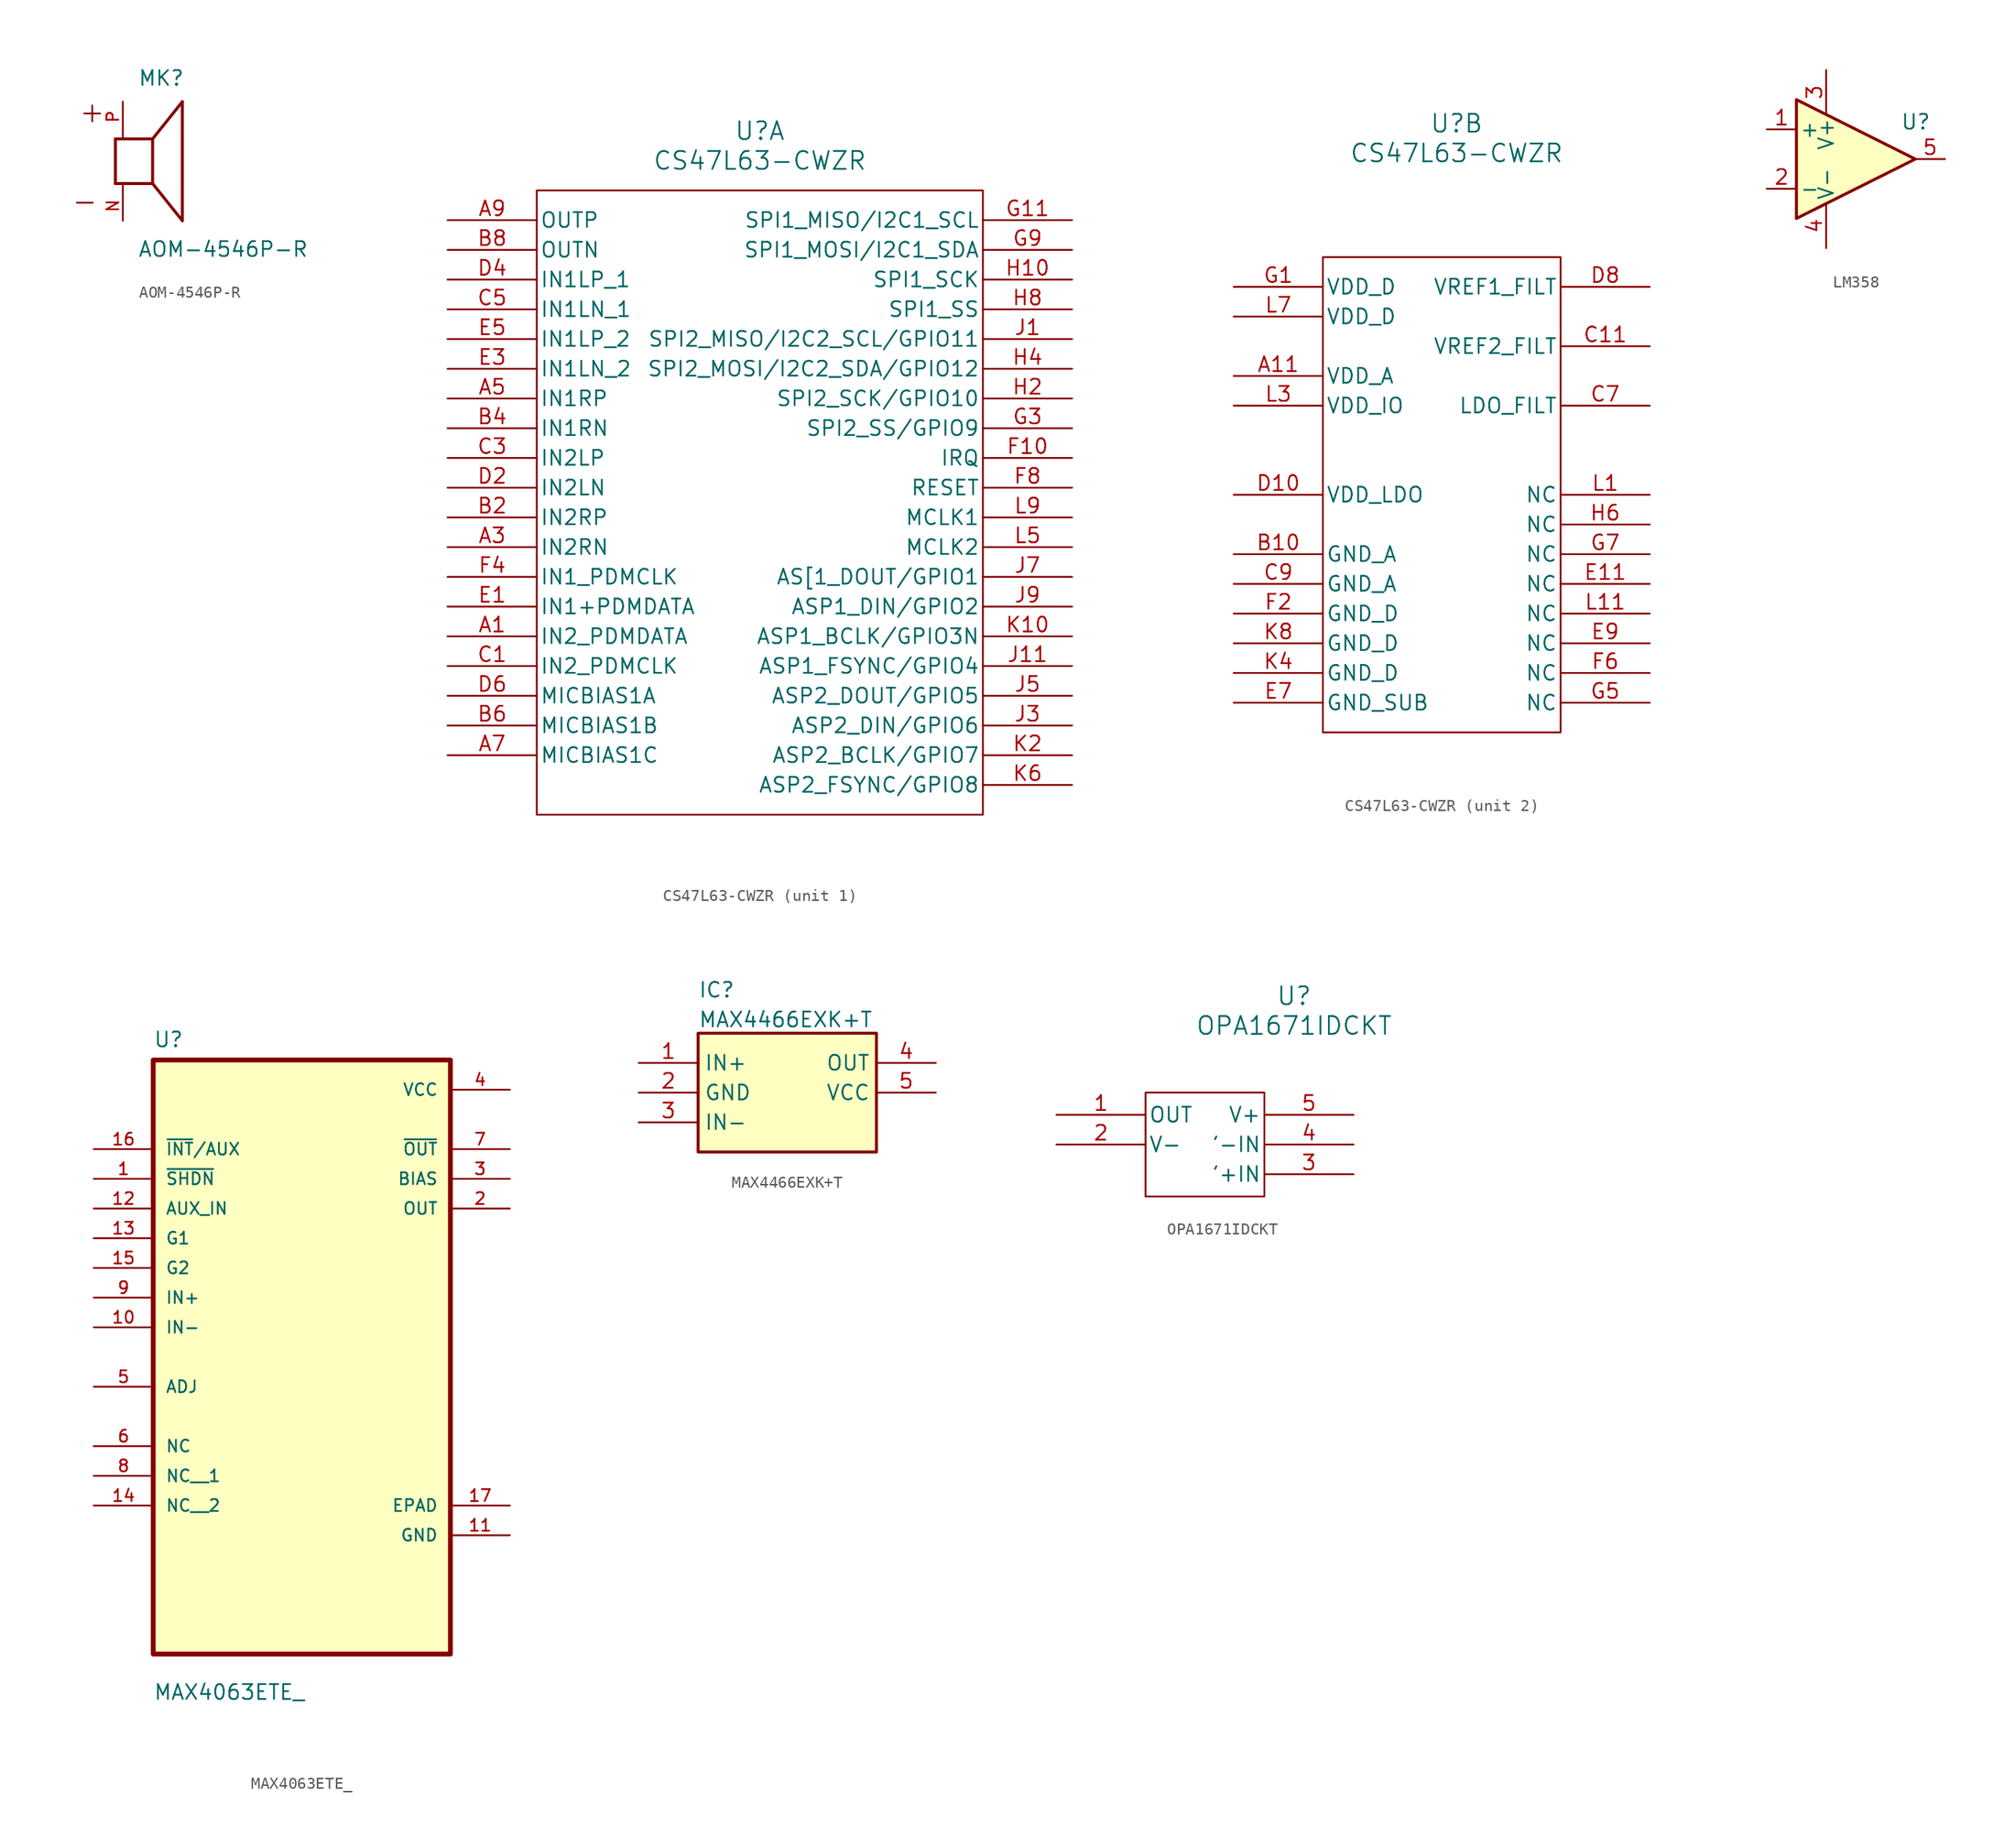
<source format=kicad_sym>
(kicad_symbol_lib
  (version 20231120)
  (generator "kicad_symbol_editor")
  (generator_version "8.0")
  (symbol "AOM-4546P-R"
    (pin_names
      (offset 1.016))
    (property "Reference" "MK"
      (at -1.27 6.35 0)
      (effects (font (size 1.27 1.27)) (justify left bottom)))
    (property "Value" "AOM-4546P-R"
      (at -1.27 -8.255 0)
      (effects (font (size 1.27 1.27)) (justify left bottom)))
    (symbol "AOM-4546P-R_0_0"
      (polyline (pts (xy -3.175 -1.905) (xy -2.54 -1.905)) (stroke (width 0.254) (type default)) (fill (type none)))
      (polyline (pts (xy -3.175 1.905) (xy -3.175 -1.905)) (stroke (width 0.254) (type default)) (fill (type none)))
      (polyline (pts (xy -3.175 1.905) (xy -2.54 1.905)) (stroke (width 0.254) (type default)) (fill (type none)))
      (polyline (pts (xy -2.54 -2.54) (xy -2.54 -1.905)) (stroke (width 0.152) (type default)) (fill (type none)))
      (polyline (pts (xy -2.54 -1.905) (xy 0 -1.905)) (stroke (width 0.254) (type default)) (fill (type none)))
      (polyline (pts (xy -2.54 1.905) (xy 0 1.905)) (stroke (width 0.254) (type default)) (fill (type none)))
      (polyline (pts (xy -2.54 2.54) (xy -2.54 1.905)) (stroke (width 0.152) (type default)) (fill (type none)))
      (polyline (pts (xy 0 -1.905) (xy 0 1.905)) (stroke (width 0.254) (type default)) (fill (type none)))
      (polyline (pts (xy 0 -1.905) (xy 2.54 -5.08)) (stroke (width 0.254) (type default)) (fill (type none)))
      (polyline (pts (xy 0 1.905) (xy 2.54 5.08)) (stroke (width 0.254) (type default)) (fill (type none)))
      (polyline (pts (xy 2.54 -5.08) (xy 2.54 5.08)) (stroke (width 0.254) (type default)) (fill (type none)))
      (text "+" (at -6.35 3.175 0) (effects (font (size 1.778 1.778)) (justify left bottom)))
      (text "-" (at -6.985 -4.445 0) (effects (font (size 1.778 1.778)) (justify left bottom)))
      (pin passive line (at -2.54 -5.08 90) (length 2.54) (name "~" (effects (font (size 1.016 1.016)))) (number "N" (effects (font (size 1.016 1.016)))))
      (pin passive line (at -2.54 5.08 270) (length 2.54) (name "~" (effects (font (size 1.016 1.016)))) (number "P" (effects (font (size 1.016 1.016)))))))
  (symbol "CS47L63-CWZR"
    (pin_names
      (offset 0.254))
    (property "Reference" "U"
      (at 0 30.48 0)
      (effects (font (size 1.524 1.524))))
    (property "Value" "CS47L63-CWZR"
      (at 0 27.94 0)
      (effects (font (size 1.524 1.524))))
    (property "ki_locked" ""
      (at 0 0 0)
      (effects (font (size 1.27 1.27))))
    (symbol "CS47L63-CWZR_1_1"
      (rectangle (start -19.05 25.4) (end 19.05 -27.94) (stroke (width 0) (type default)) (fill (type none)))
      (pin unspecified line (at -26.67 -12.7 0) (length 7.62) (name "IN2_PDMDATA" (effects (font (size 1.27 1.27)))) (number "A1" (effects (font (size 1.27 1.27)))))
      (pin unspecified line (at -26.67 -5.08 0) (length 7.62) (name "IN2RN" (effects (font (size 1.27 1.27)))) (number "A3" (effects (font (size 1.27 1.27)))))
      (pin unspecified line (at -26.67 7.62 0) (length 7.62) (name "IN1RP" (effects (font (size 1.27 1.27)))) (number "A5" (effects (font (size 1.27 1.27)))))
      (pin unspecified line (at -26.67 -22.86 0) (length 7.62) (name "MICBIAS1C" (effects (font (size 1.27 1.27)))) (number "A7" (effects (font (size 1.27 1.27)))))
      (pin unspecified line (at -26.67 22.86 0) (length 7.62) (name "OUTP" (effects (font (size 1.27 1.27)))) (number "A9" (effects (font (size 1.27 1.27)))))
      (pin unspecified line (at -26.67 -2.54 0) (length 7.62) (name "IN2RP" (effects (font (size 1.27 1.27)))) (number "B2" (effects (font (size 1.27 1.27)))))
      (pin unspecified line (at -26.67 5.08 0) (length 7.62) (name "IN1RN" (effects (font (size 1.27 1.27)))) (number "B4" (effects (font (size 1.27 1.27)))))
      (pin unspecified line (at -26.67 -20.32 0) (length 7.62) (name "MICBIAS1B" (effects (font (size 1.27 1.27)))) (number "B6" (effects (font (size 1.27 1.27)))))
      (pin unspecified line (at -26.67 20.32 0) (length 7.62) (name "OUTN" (effects (font (size 1.27 1.27)))) (number "B8" (effects (font (size 1.27 1.27)))))
      (pin unspecified line (at -26.67 -15.24 0) (length 7.62) (name "IN2_PDMCLK" (effects (font (size 1.27 1.27)))) (number "C1" (effects (font (size 1.27 1.27)))))
      (pin unspecified line (at -26.67 2.54 0) (length 7.62) (name "IN2LP" (effects (font (size 1.27 1.27)))) (number "C3" (effects (font (size 1.27 1.27)))))
      (pin unspecified line (at -26.67 15.24 0) (length 7.62) (name "IN1LN_1" (effects (font (size 1.27 1.27)))) (number "C5" (effects (font (size 1.27 1.27)))))
      (pin unspecified line (at -26.67 0 0) (length 7.62) (name "IN2LN" (effects (font (size 1.27 1.27)))) (number "D2" (effects (font (size 1.27 1.27)))))
      (pin unspecified line (at -26.67 17.78 0) (length 7.62) (name "IN1LP_1" (effects (font (size 1.27 1.27)))) (number "D4" (effects (font (size 1.27 1.27)))))
      (pin unspecified line (at -26.67 -17.78 0) (length 7.62) (name "MICBIAS1A" (effects (font (size 1.27 1.27)))) (number "D6" (effects (font (size 1.27 1.27)))))
      (pin unspecified line (at -26.67 -10.16 0) (length 7.62) (name "IN1+PDMDATA" (effects (font (size 1.27 1.27)))) (number "E1" (effects (font (size 1.27 1.27)))))
      (pin unspecified line (at -26.67 10.16 0) (length 7.62) (name "IN1LN_2" (effects (font (size 1.27 1.27)))) (number "E3" (effects (font (size 1.27 1.27)))))
      (pin unspecified line (at -26.67 12.7 0) (length 7.62) (name "IN1LP_2" (effects (font (size 1.27 1.27)))) (number "E5" (effects (font (size 1.27 1.27)))))
      (pin unspecified line (at 26.67 2.54 180) (length 7.62) (name "IRQ" (effects (font (size 1.27 1.27)))) (number "F10" (effects (font (size 1.27 1.27)))))
      (pin unspecified line (at -26.67 -7.62 0) (length 7.62) (name "IN1_PDMCLK" (effects (font (size 1.27 1.27)))) (number "F4" (effects (font (size 1.27 1.27)))))
      (pin unspecified line (at 26.67 0 180) (length 7.62) (name "RESET" (effects (font (size 1.27 1.27)))) (number "F8" (effects (font (size 1.27 1.27)))))
      (pin unspecified line (at 26.67 22.86 180) (length 7.62) (name "SPI1_MISO/I2C1_SCL" (effects (font (size 1.27 1.27)))) (number "G11" (effects (font (size 1.27 1.27)))))
      (pin unspecified line (at 26.67 5.08 180) (length 7.62) (name "SPI2_SS/GPIO9" (effects (font (size 1.27 1.27)))) (number "G3" (effects (font (size 1.27 1.27)))))
      (pin unspecified line (at 26.67 20.32 180) (length 7.62) (name "SPI1_MOSI/I2C1_SDA" (effects (font (size 1.27 1.27)))) (number "G9" (effects (font (size 1.27 1.27)))))
      (pin unspecified line (at 26.67 17.78 180) (length 7.62) (name "SPI1_SCK" (effects (font (size 1.27 1.27)))) (number "H10" (effects (font (size 1.27 1.27)))))
      (pin unspecified line (at 26.67 7.62 180) (length 7.62) (name "SPI2_SCK/GPIO10" (effects (font (size 1.27 1.27)))) (number "H2" (effects (font (size 1.27 1.27)))))
      (pin unspecified line (at 26.67 10.16 180) (length 7.62) (name "SPI2_MOSI/I2C2_SDA/GPIO12" (effects (font (size 1.27 1.27)))) (number "H4" (effects (font (size 1.27 1.27)))))
      (pin unspecified line (at 26.67 15.24 180) (length 7.62) (name "SPI1_SS" (effects (font (size 1.27 1.27)))) (number "H8" (effects (font (size 1.27 1.27)))))
      (pin unspecified line (at 26.67 12.7 180) (length 7.62) (name "SPI2_MISO/I2C2_SCL/GPIO11" (effects (font (size 1.27 1.27)))) (number "J1" (effects (font (size 1.27 1.27)))))
      (pin unspecified line (at 26.67 -15.24 180) (length 7.62) (name "ASP1_FSYNC/GPIO4" (effects (font (size 1.27 1.27)))) (number "J11" (effects (font (size 1.27 1.27)))))
      (pin unspecified line (at 26.67 -20.32 180) (length 7.62) (name "ASP2_DIN/GPIO6" (effects (font (size 1.27 1.27)))) (number "J3" (effects (font (size 1.27 1.27)))))
      (pin unspecified line (at 26.67 -17.78 180) (length 7.62) (name "ASP2_DOUT/GPIO5" (effects (font (size 1.27 1.27)))) (number "J5" (effects (font (size 1.27 1.27)))))
      (pin unspecified line (at 26.67 -7.62 180) (length 7.62) (name "AS[1_DOUT/GPIO1" (effects (font (size 1.27 1.27)))) (number "J7" (effects (font (size 1.27 1.27)))))
      (pin unspecified line (at 26.67 -10.16 180) (length 7.62) (name "ASP1_DIN/GPIO2" (effects (font (size 1.27 1.27)))) (number "J9" (effects (font (size 1.27 1.27)))))
      (pin unspecified line (at 26.67 -12.7 180) (length 7.62) (name "ASP1_BCLK/GPIO3N" (effects (font (size 1.27 1.27)))) (number "K10" (effects (font (size 1.27 1.27)))))
      (pin unspecified line (at 26.67 -22.86 180) (length 7.62) (name "ASP2_BCLK/GPIO7" (effects (font (size 1.27 1.27)))) (number "K2" (effects (font (size 1.27 1.27)))))
      (pin unspecified line (at 26.67 -25.4 180) (length 7.62) (name "ASP2_FSYNC/GPIO8" (effects (font (size 1.27 1.27)))) (number "K6" (effects (font (size 1.27 1.27)))))
      (pin unspecified line (at 26.67 -5.08 180) (length 7.62) (name "MCLK2" (effects (font (size 1.27 1.27)))) (number "L5" (effects (font (size 1.27 1.27)))))
      (pin unspecified line (at 26.67 -2.54 180) (length 7.62) (name "MCLK1" (effects (font (size 1.27 1.27)))) (number "L9" (effects (font (size 1.27 1.27))))))
    (symbol "CS47L63-CWZR_2_1"
      (rectangle (start -11.43 19.05) (end 8.89 -21.59) (stroke (width 0) (type default)) (fill (type none)))
      (pin unspecified line (at -19.05 8.89 0) (length 7.62) (name "VDD_A" (effects (font (size 1.27 1.27)))) (number "A11" (effects (font (size 1.27 1.27)))))
      (pin unspecified line (at -19.05 -6.35 0) (length 7.62) (name "GND_A" (effects (font (size 1.27 1.27)))) (number "B10" (effects (font (size 1.27 1.27)))))
      (pin unspecified line (at 16.51 11.43 180) (length 7.62) (name "VREF2_FILT" (effects (font (size 1.27 1.27)))) (number "C11" (effects (font (size 1.27 1.27)))))
      (pin unspecified line (at 16.51 6.35 180) (length 7.62) (name "LDO_FILT" (effects (font (size 1.27 1.27)))) (number "C7" (effects (font (size 1.27 1.27)))))
      (pin unspecified line (at -19.05 -8.89 0) (length 7.62) (name "GND_A" (effects (font (size 1.27 1.27)))) (number "C9" (effects (font (size 1.27 1.27)))))
      (pin unspecified line (at -19.05 -1.27 0) (length 7.62) (name "VDD_LDO" (effects (font (size 1.27 1.27)))) (number "D10" (effects (font (size 1.27 1.27)))))
      (pin unspecified line (at 16.51 16.51 180) (length 7.62) (name "VREF1_FILT" (effects (font (size 1.27 1.27)))) (number "D8" (effects (font (size 1.27 1.27)))))
      (pin unspecified line (at 16.51 -8.89 180) (length 7.62) (name "NC" (effects (font (size 1.27 1.27)))) (number "E11" (effects (font (size 1.27 1.27)))))
      (pin unspecified line (at -19.05 -19.05 0) (length 7.62) (name "GND_SUB" (effects (font (size 1.27 1.27)))) (number "E7" (effects (font (size 1.27 1.27)))))
      (pin unspecified line (at 16.51 -13.97 180) (length 7.62) (name "NC" (effects (font (size 1.27 1.27)))) (number "E9" (effects (font (size 1.27 1.27)))))
      (pin unspecified line (at -19.05 -11.43 0) (length 7.62) (name "GND_D" (effects (font (size 1.27 1.27)))) (number "F2" (effects (font (size 1.27 1.27)))))
      (pin unspecified line (at 16.51 -16.51 180) (length 7.62) (name "NC" (effects (font (size 1.27 1.27)))) (number "F6" (effects (font (size 1.27 1.27)))))
      (pin unspecified line (at -19.05 16.51 0) (length 7.62) (name "VDD_D" (effects (font (size 1.27 1.27)))) (number "G1" (effects (font (size 1.27 1.27)))))
      (pin unspecified line (at 16.51 -19.05 180) (length 7.62) (name "NC" (effects (font (size 1.27 1.27)))) (number "G5" (effects (font (size 1.27 1.27)))))
      (pin unspecified line (at 16.51 -6.35 180) (length 7.62) (name "NC" (effects (font (size 1.27 1.27)))) (number "G7" (effects (font (size 1.27 1.27)))))
      (pin unspecified line (at 16.51 -3.81 180) (length 7.62) (name "NC" (effects (font (size 1.27 1.27)))) (number "H6" (effects (font (size 1.27 1.27)))))
      (pin unspecified line (at -19.05 -16.51 0) (length 7.62) (name "GND_D" (effects (font (size 1.27 1.27)))) (number "K4" (effects (font (size 1.27 1.27)))))
      (pin unspecified line (at -19.05 -13.97 0) (length 7.62) (name "GND_D" (effects (font (size 1.27 1.27)))) (number "K8" (effects (font (size 1.27 1.27)))))
      (pin unspecified line (at 16.51 -1.27 180) (length 7.62) (name "NC" (effects (font (size 1.27 1.27)))) (number "L1" (effects (font (size 1.27 1.27)))))
      (pin unspecified line (at 16.51 -11.43 180) (length 7.62) (name "NC" (effects (font (size 1.27 1.27)))) (number "L11" (effects (font (size 1.27 1.27)))))
      (pin unspecified line (at -19.05 6.35 0) (length 7.62) (name "VDD_IO" (effects (font (size 1.27 1.27)))) (number "L3" (effects (font (size 1.27 1.27)))))
      (pin unspecified line (at -19.05 13.97 0) (length 7.62) (name "VDD_D" (effects (font (size 1.27 1.27)))) (number "L7" (effects (font (size 1.27 1.27)))))))
  (symbol "LM358"
    (pin_names
      (offset 0.254))
    (property "Reference" "U"
      (at 3.81 3.175 0)
      (effects (font (size 1.27 1.27)) (justify left)))
    (property "Value" "${SIM.PARAMS}"
      (at 3.81 -3.175 0)
      (effects (font (size 1.27 1.27)) (justify left)))
    (symbol "LM358_0_1"
      (polyline (pts (xy 5.08 0) (xy -5.08 5.08) (xy -5.08 -5.08) (xy 5.08 0)) (stroke (width 0.254) (type default)) (fill (type background))))
    (symbol "LM358_1_1"
      (pin input line (at -7.62 2.54 0) (length 2.54) (name "+" (effects (font (size 1.27 1.27)))) (number "1" (effects (font (size 1.27 1.27)))))
      (pin input line (at -7.62 -2.54 0) (length 2.54) (name "-" (effects (font (size 1.27 1.27)))) (number "2" (effects (font (size 1.27 1.27)))))
      (pin power_in line (at -2.54 7.62 270) (length 3.81) (name "V+" (effects (font (size 1.27 1.27)))) (number "3" (effects (font (size 1.27 1.27)))))
      (pin power_in line (at -2.54 -7.62 90) (length 3.81) (name "V-" (effects (font (size 1.27 1.27)))) (number "4" (effects (font (size 1.27 1.27)))))
      (pin output line (at 7.62 0 180) (length 2.54) (name "~" (effects (font (size 1.27 1.27)))) (number "5" (effects (font (size 1.27 1.27)))))))
  (symbol "MAX4063ETE_"
    (pin_names
      (offset 1.016))
    (property "Reference" "U"
      (at -12.7 23.86 0)
      (effects (font (size 1.27 1.27)) (justify left bottom)))
    (property "Value" "MAX4063ETE_"
      (at -12.7 -31.94 0)
      (effects (font (size 1.27 1.27)) (justify left bottom)))
    (symbol "MAX4063ETE__0_0"
      (rectangle (start -12.7 -27.94) (end 12.7 22.86) (stroke (width 0.41) (type default)) (fill (type background)))
      (pin input line (at -17.78 12.7 0) (length 5.08) (name "~{SHDN}" (effects (font (size 1.016 1.016)))) (number "1" (effects (font (size 1.016 1.016)))))
      (pin input line (at -17.78 0 0) (length 5.08) (name "IN-" (effects (font (size 1.016 1.016)))) (number "10" (effects (font (size 1.016 1.016)))))
      (pin power_in line (at 17.78 -17.78 180) (length 5.08) (name "GND" (effects (font (size 1.016 1.016)))) (number "11" (effects (font (size 1.016 1.016)))))
      (pin input line (at -17.78 10.16 0) (length 5.08) (name "AUX_IN" (effects (font (size 1.016 1.016)))) (number "12" (effects (font (size 1.016 1.016)))))
      (pin input line (at -17.78 7.62 0) (length 5.08) (name "G1" (effects (font (size 1.016 1.016)))) (number "13" (effects (font (size 1.016 1.016)))))
      (pin bidirectional line (at -17.78 -15.24 0) (length 5.08) (name "NC__2" (effects (font (size 1.016 1.016)))) (number "14" (effects (font (size 1.016 1.016)))))
      (pin input line (at -17.78 5.08 0) (length 5.08) (name "G2" (effects (font (size 1.016 1.016)))) (number "15" (effects (font (size 1.016 1.016)))))
      (pin input line (at -17.78 15.24 0) (length 5.08) (name "~{INT}/AUX" (effects (font (size 1.016 1.016)))) (number "16" (effects (font (size 1.016 1.016)))))
      (pin power_in line (at 17.78 -15.24 180) (length 5.08) (name "EPAD" (effects (font (size 1.016 1.016)))) (number "17" (effects (font (size 1.016 1.016)))))
      (pin output line (at 17.78 10.16 180) (length 5.08) (name "OUT" (effects (font (size 1.016 1.016)))) (number "2" (effects (font (size 1.016 1.016)))))
      (pin output line (at 17.78 12.7 180) (length 5.08) (name "BIAS" (effects (font (size 1.016 1.016)))) (number "3" (effects (font (size 1.016 1.016)))))
      (pin power_in line (at 17.78 20.32 180) (length 5.08) (name "VCC" (effects (font (size 1.016 1.016)))) (number "4" (effects (font (size 1.016 1.016)))))
      (pin bidirectional line (at -17.78 -5.08 0) (length 5.08) (name "ADJ" (effects (font (size 1.016 1.016)))) (number "5" (effects (font (size 1.016 1.016)))))
      (pin bidirectional line (at -17.78 -10.16 0) (length 5.08) (name "NC" (effects (font (size 1.016 1.016)))) (number "6" (effects (font (size 1.016 1.016)))))
      (pin output line (at 17.78 15.24 180) (length 5.08) (name "~{OUT}" (effects (font (size 1.016 1.016)))) (number "7" (effects (font (size 1.016 1.016)))))
      (pin bidirectional line (at -17.78 -12.7 0) (length 5.08) (name "NC__1" (effects (font (size 1.016 1.016)))) (number "8" (effects (font (size 1.016 1.016)))))
      (pin input line (at -17.78 2.54 0) (length 5.08) (name "IN+" (effects (font (size 1.016 1.016)))) (number "9" (effects (font (size 1.016 1.016)))))))
  (symbol "MAX4466EXK+T"
    (property "Reference" "IC"
      (at 5.08 6.985 0)
      (effects (font (size 1.27 1.27)) (justify left top)))
    (property "Value" "MAX4466EXK+T"
      (at 5.08 4.445 0)
      (effects (font (size 1.27 1.27)) (justify left top)))
    (symbol "MAX4466EXK+T_1_1"
      (rectangle (start 5.08 2.54) (end 20.32 -7.62) (stroke (width 0.254) (type default)) (fill (type background)))
      (pin passive line (at 0 0 0) (length 5.08) (name "IN+" (effects (font (size 1.27 1.27)))) (number "1" (effects (font (size 1.27 1.27)))))
      (pin passive line (at 0 -2.54 0) (length 5.08) (name "GND" (effects (font (size 1.27 1.27)))) (number "2" (effects (font (size 1.27 1.27)))))
      (pin passive line (at 0 -5.08 0) (length 5.08) (name "IN-" (effects (font (size 1.27 1.27)))) (number "3" (effects (font (size 1.27 1.27)))))
      (pin passive line (at 25.4 0 180) (length 5.08) (name "OUT" (effects (font (size 1.27 1.27)))) (number "4" (effects (font (size 1.27 1.27)))))
      (pin passive line (at 25.4 -2.54 180) (length 5.08) (name "VCC" (effects (font (size 1.27 1.27)))) (number "5" (effects (font (size 1.27 1.27)))))))
  (symbol "OPA1671IDCKT"
    (pin_names
      (offset 0.254))
    (property "Reference" "U"
      (at 20.32 10.16 0)
      (effects (font (size 1.524 1.524))))
    (property "Value" "OPA1671IDCKT"
      (at 20.32 7.62 0)
      (effects (font (size 1.524 1.524))))
    (symbol "OPA1671IDCKT_0_1"
      (pin output line (at 0 0 0) (length 7.62) (name "OUT" (effects (font (size 1.27 1.27)))) (number "1" (effects (font (size 1.27 1.27)))))
      (pin power_in line (at 0 -2.54 0) (length 7.62) (name "V-" (effects (font (size 1.27 1.27)))) (number "2" (effects (font (size 1.27 1.27)))))
      (pin input line (at 25.4 -5.08 180) (length 7.62) (name "'+IN" (effects (font (size 1.27 1.27)))) (number "3" (effects (font (size 1.27 1.27)))))
      (pin input line (at 25.4 -2.54 180) (length 7.62) (name "'-IN" (effects (font (size 1.27 1.27)))) (number "4" (effects (font (size 1.27 1.27)))))
      (pin power_in line (at 25.4 0 180) (length 7.62) (name "V+" (effects (font (size 1.27 1.27)))) (number "5" (effects (font (size 1.27 1.27))))))
    (symbol "OPA1671IDCKT_1_1"
      (rectangle (start 7.62 1.905) (end 17.78 -6.985) (stroke (width 0) (type default)) (fill (type none))))))
</source>
